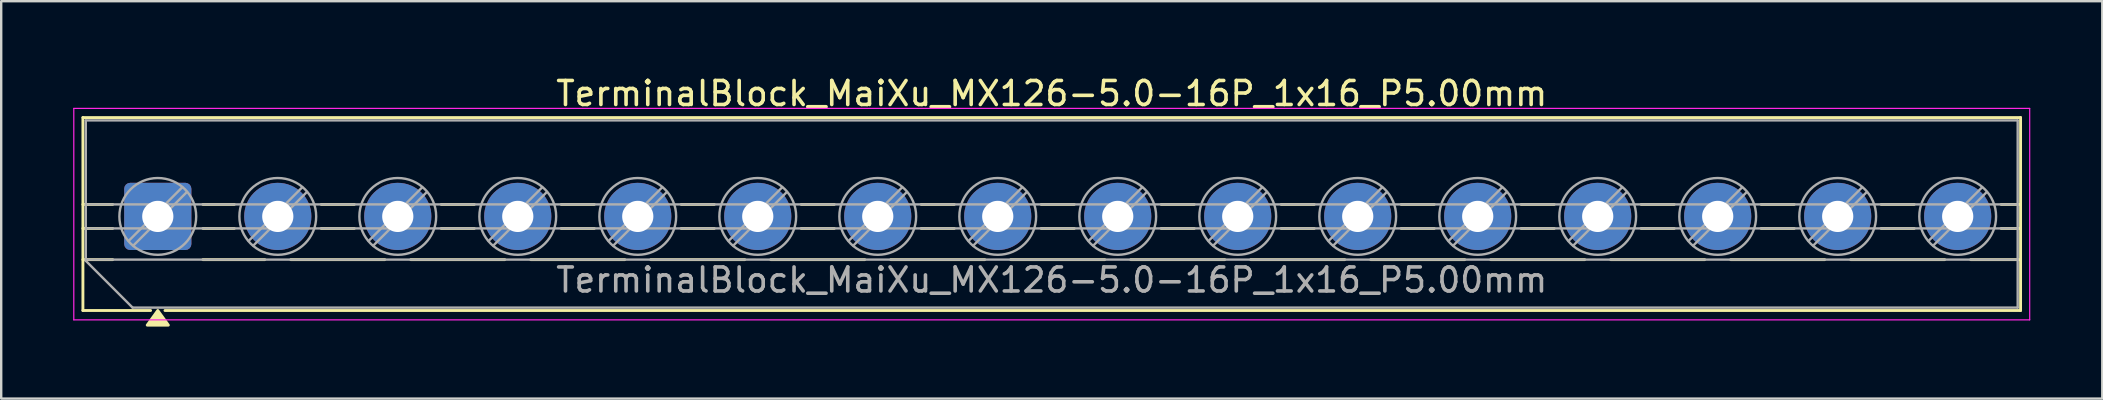
<source format=kicad_pcb>
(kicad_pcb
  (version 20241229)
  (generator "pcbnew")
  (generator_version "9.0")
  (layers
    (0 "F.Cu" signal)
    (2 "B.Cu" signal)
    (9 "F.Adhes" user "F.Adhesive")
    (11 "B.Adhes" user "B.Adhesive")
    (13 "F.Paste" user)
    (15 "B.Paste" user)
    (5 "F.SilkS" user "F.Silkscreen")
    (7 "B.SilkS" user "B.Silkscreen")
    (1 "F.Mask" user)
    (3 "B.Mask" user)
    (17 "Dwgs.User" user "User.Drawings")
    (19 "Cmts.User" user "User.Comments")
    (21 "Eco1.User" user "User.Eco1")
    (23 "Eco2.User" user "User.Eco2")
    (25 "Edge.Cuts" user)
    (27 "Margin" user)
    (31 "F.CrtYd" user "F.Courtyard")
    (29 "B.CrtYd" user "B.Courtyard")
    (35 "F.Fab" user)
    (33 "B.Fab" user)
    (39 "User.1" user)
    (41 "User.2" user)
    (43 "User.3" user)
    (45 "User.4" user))
  (footprint "TerminalBlock_MaiXu_MX126-5.0-16P_1x16_P5.00mm"
    (layer "F.Cu")
    (at 3.525 5.968)
    (property "Reference" "TerminalBlock_MaiXu_MX126-5.0-16P_1x16_P5.00mm" (at 37.25 -5.12 0) (layer "F.SilkS") (effects (font (size 1 1) (thickness 0.15))))
    (attr through_hole)
    (fp_line (start -3.12 -4.12) (end -3.12 3.92) (stroke (width 0.12) (type solid)) (layer "F.SilkS"))
    (fp_line (start -3.12 -4.12) (end 77.62 -4.12) (stroke (width 0.12) (type solid)) (layer "F.SilkS"))
    (fp_line (start -3.12 -0.5) (end -1.88 -0.5) (stroke (width 0.12) (type solid)) (layer "F.SilkS"))
    (fp_line (start -3.12 0.5) (end -1.88 0.5) (stroke (width 0.12) (type solid)) (layer "F.SilkS"))
    (fp_line (start -3.12 1.8) (end -1.88 1.8) (stroke (width 0.12) (type solid)) (layer "F.SilkS"))
    (fp_line (start -3.12 3.92) (end -0.3 3.92) (stroke (width 0.12) (type solid)) (layer "F.SilkS"))
    (fp_line (start 0.3 3.92) (end 77.62 3.92) (stroke (width 0.12) (type solid)) (layer "F.SilkS"))
    (fp_line (start 1.88 -0.5) (end 3.188 -0.5) (stroke (width 0.12) (type solid)) (layer "F.SilkS"))
    (fp_line (start 1.88 0.5) (end 3.188 0.5) (stroke (width 0.12) (type solid)) (layer "F.SilkS"))
    (fp_line (start 1.88 1.8) (end 4.457 1.8) (stroke (width 0.12) (type solid)) (layer "F.SilkS"))
    (fp_line (start 5.543 1.8) (end 9.457 1.8) (stroke (width 0.12) (type solid)) (layer "F.SilkS"))
    (fp_line (start 6.812 -0.5) (end 8.188 -0.5) (stroke (width 0.12) (type solid)) (layer "F.SilkS"))
    (fp_line (start 6.812 0.5) (end 8.188 0.5) (stroke (width 0.12) (type solid)) (layer "F.SilkS"))
    (fp_line (start 10.543 1.8) (end 14.457 1.8) (stroke (width 0.12) (type solid)) (layer "F.SilkS"))
    (fp_line (start 11.812 -0.5) (end 13.188 -0.5) (stroke (width 0.12) (type solid)) (layer "F.SilkS"))
    (fp_line (start 11.812 0.5) (end 13.188 0.5) (stroke (width 0.12) (type solid)) (layer "F.SilkS"))
    (fp_line (start 15.543 1.8) (end 19.457 1.8) (stroke (width 0.12) (type solid)) (layer "F.SilkS"))
    (fp_line (start 16.812 -0.5) (end 18.188 -0.5) (stroke (width 0.12) (type solid)) (layer "F.SilkS"))
    (fp_line (start 16.812 0.5) (end 18.188 0.5) (stroke (width 0.12) (type solid)) (layer "F.SilkS"))
    (fp_line (start 20.543 1.8) (end 24.457 1.8) (stroke (width 0.12) (type solid)) (layer "F.SilkS"))
    (fp_line (start 21.812 -0.5) (end 23.188 -0.5) (stroke (width 0.12) (type solid)) (layer "F.SilkS"))
    (fp_line (start 21.812 0.5) (end 23.188 0.5) (stroke (width 0.12) (type solid)) (layer "F.SilkS"))
    (fp_line (start 25.543 1.8) (end 29.457 1.8) (stroke (width 0.12) (type solid)) (layer "F.SilkS"))
    (fp_line (start 26.812 -0.5) (end 28.188 -0.5) (stroke (width 0.12) (type solid)) (layer "F.SilkS"))
    (fp_line (start 26.812 0.5) (end 28.188 0.5) (stroke (width 0.12) (type solid)) (layer "F.SilkS"))
    (fp_line (start 30.543 1.8) (end 34.457 1.8) (stroke (width 0.12) (type solid)) (layer "F.SilkS"))
    (fp_line (start 31.812 -0.5) (end 33.188 -0.5) (stroke (width 0.12) (type solid)) (layer "F.SilkS"))
    (fp_line (start 31.812 0.5) (end 33.188 0.5) (stroke (width 0.12) (type solid)) (layer "F.SilkS"))
    (fp_line (start 35.543 1.8) (end 39.457 1.8) (stroke (width 0.12) (type solid)) (layer "F.SilkS"))
    (fp_line (start 36.812 -0.5) (end 38.188 -0.5) (stroke (width 0.12) (type solid)) (layer "F.SilkS"))
    (fp_line (start 36.812 0.5) (end 38.188 0.5) (stroke (width 0.12) (type solid)) (layer "F.SilkS"))
    (fp_line (start 40.543 1.8) (end 44.457 1.8) (stroke (width 0.12) (type solid)) (layer "F.SilkS"))
    (fp_line (start 41.812 -0.5) (end 43.188 -0.5) (stroke (width 0.12) (type solid)) (layer "F.SilkS"))
    (fp_line (start 41.812 0.5) (end 43.188 0.5) (stroke (width 0.12) (type solid)) (layer "F.SilkS"))
    (fp_line (start 45.543 1.8) (end 49.457 1.8) (stroke (width 0.12) (type solid)) (layer "F.SilkS"))
    (fp_line (start 46.812 -0.5) (end 48.188 -0.5) (stroke (width 0.12) (type solid)) (layer "F.SilkS"))
    (fp_line (start 46.812 0.5) (end 48.188 0.5) (stroke (width 0.12) (type solid)) (layer "F.SilkS"))
    (fp_line (start 50.543 1.8) (end 54.457 1.8) (stroke (width 0.12) (type solid)) (layer "F.SilkS"))
    (fp_line (start 51.812 -0.5) (end 53.188 -0.5) (stroke (width 0.12) (type solid)) (layer "F.SilkS"))
    (fp_line (start 51.812 0.5) (end 53.188 0.5) (stroke (width 0.12) (type solid)) (layer "F.SilkS"))
    (fp_line (start 55.543 1.8) (end 59.457 1.8) (stroke (width 0.12) (type solid)) (layer "F.SilkS"))
    (fp_line (start 56.812 -0.5) (end 58.188 -0.5) (stroke (width 0.12) (type solid)) (layer "F.SilkS"))
    (fp_line (start 56.812 0.5) (end 58.188 0.5) (stroke (width 0.12) (type solid)) (layer "F.SilkS"))
    (fp_line (start 60.543 1.8) (end 64.457 1.8) (stroke (width 0.12) (type solid)) (layer "F.SilkS"))
    (fp_line (start 61.812 -0.5) (end 63.188 -0.5) (stroke (width 0.12) (type solid)) (layer "F.SilkS"))
    (fp_line (start 61.812 0.5) (end 63.188 0.5) (stroke (width 0.12) (type solid)) (layer "F.SilkS"))
    (fp_line (start 65.543 1.8) (end 69.457 1.8) (stroke (width 0.12) (type solid)) (layer "F.SilkS"))
    (fp_line (start 66.812 -0.5) (end 68.188 -0.5) (stroke (width 0.12) (type solid)) (layer "F.SilkS"))
    (fp_line (start 66.812 0.5) (end 68.188 0.5) (stroke (width 0.12) (type solid)) (layer "F.SilkS"))
    (fp_line (start 70.543 1.8) (end 74.457 1.8) (stroke (width 0.12) (type solid)) (layer "F.SilkS"))
    (fp_line (start 71.812 -0.5) (end 73.188 -0.5) (stroke (width 0.12) (type solid)) (layer "F.SilkS"))
    (fp_line (start 71.812 0.5) (end 73.188 0.5) (stroke (width 0.12) (type solid)) (layer "F.SilkS"))
    (fp_line (start 75.543 1.8) (end 77.62 1.8) (stroke (width 0.12) (type solid)) (layer "F.SilkS"))
    (fp_line (start 76.812 -0.5) (end 77.62 -0.5) (stroke (width 0.12) (type solid)) (layer "F.SilkS"))
    (fp_line (start 76.812 0.5) (end 77.62 0.5) (stroke (width 0.12) (type solid)) (layer "F.SilkS"))
    (fp_line (start 77.62 -4.12) (end 77.62 3.92) (stroke (width 0.12) (type solid)) (layer "F.SilkS"))
    (fp_poly (pts (xy 0 3.92) (xy 0.44 4.53) (xy -0.44 4.53)) (stroke (width 0.12) (type solid)) (fill yes) (layer "F.SilkS"))
    (fp_line (start -3.5 -4.5) (end -3.5 4.31) (stroke (width 0.05) (type solid)) (layer "F.CrtYd"))
    (fp_line (start -3.5 4.31) (end 78 4.31) (stroke (width 0.05) (type solid)) (layer "F.CrtYd"))
    (fp_line (start 78 -4.5) (end -3.5 -4.5) (stroke (width 0.05) (type solid)) (layer "F.CrtYd"))
    (fp_line (start 78 4.31) (end 78 -4.5) (stroke (width 0.05) (type solid)) (layer "F.CrtYd"))
    (fp_line (start -3 -4) (end 77.5 -4) (stroke (width 0.1) (type solid)) (layer "F.Fab"))
    (fp_line (start -3 -0.5) (end 77.5 -0.5) (stroke (width 0.1) (type solid)) (layer "F.Fab"))
    (fp_line (start -3 0.5) (end 77.5 0.5) (stroke (width 0.1) (type solid)) (layer "F.Fab"))
    (fp_line (start -3 1.8) (end 77.5 1.8) (stroke (width 0.1) (type solid)) (layer "F.Fab"))
    (fp_line (start -3 1.85) (end -3 -4) (stroke (width 0.1) (type solid)) (layer "F.Fab"))
    (fp_line (start -1.05 3.8) (end -3 1.85) (stroke (width 0.1) (type solid)) (layer "F.Fab"))
    (fp_line (start 1.018 -1.213) (end -1.213 1.018) (stroke (width 0.1) (type solid)) (layer "F.Fab"))
    (fp_line (start 1.213 -1.018) (end -1.018 1.213) (stroke (width 0.1) (type solid)) (layer "F.Fab"))
    (fp_line (start 6.018 -1.213) (end 3.787 1.018) (stroke (width 0.1) (type solid)) (layer "F.Fab"))
    (fp_line (start 6.213 -1.018) (end 3.982 1.213) (stroke (width 0.1) (type solid)) (layer "F.Fab"))
    (fp_line (start 11.018 -1.213) (end 8.787 1.018) (stroke (width 0.1) (type solid)) (layer "F.Fab"))
    (fp_line (start 11.213 -1.018) (end 8.982 1.213) (stroke (width 0.1) (type solid)) (layer "F.Fab"))
    (fp_line (start 16.018 -1.213) (end 13.787 1.018) (stroke (width 0.1) (type solid)) (layer "F.Fab"))
    (fp_line (start 16.213 -1.018) (end 13.982 1.213) (stroke (width 0.1) (type solid)) (layer "F.Fab"))
    (fp_line (start 21.018 -1.213) (end 18.787 1.018) (stroke (width 0.1) (type solid)) (layer "F.Fab"))
    (fp_line (start 21.213 -1.018) (end 18.982 1.213) (stroke (width 0.1) (type solid)) (layer "F.Fab"))
    (fp_line (start 26.018 -1.213) (end 23.787 1.018) (stroke (width 0.1) (type solid)) (layer "F.Fab"))
    (fp_line (start 26.213 -1.018) (end 23.982 1.213) (stroke (width 0.1) (type solid)) (layer "F.Fab"))
    (fp_line (start 31.018 -1.213) (end 28.787 1.018) (stroke (width 0.1) (type solid)) (layer "F.Fab"))
    (fp_line (start 31.213 -1.018) (end 28.982 1.213) (stroke (width 0.1) (type solid)) (layer "F.Fab"))
    (fp_line (start 36.018 -1.213) (end 33.787 1.018) (stroke (width 0.1) (type solid)) (layer "F.Fab"))
    (fp_line (start 36.213 -1.018) (end 33.982 1.213) (stroke (width 0.1) (type solid)) (layer "F.Fab"))
    (fp_line (start 41.018 -1.213) (end 38.787 1.018) (stroke (width 0.1) (type solid)) (layer "F.Fab"))
    (fp_line (start 41.213 -1.018) (end 38.982 1.213) (stroke (width 0.1) (type solid)) (layer "F.Fab"))
    (fp_line (start 46.018 -1.213) (end 43.787 1.018) (stroke (width 0.1) (type solid)) (layer "F.Fab"))
    (fp_line (start 46.213 -1.018) (end 43.982 1.213) (stroke (width 0.1) (type solid)) (layer "F.Fab"))
    (fp_line (start 51.018 -1.213) (end 48.787 1.018) (stroke (width 0.1) (type solid)) (layer "F.Fab"))
    (fp_line (start 51.213 -1.018) (end 48.982 1.213) (stroke (width 0.1) (type solid)) (layer "F.Fab"))
    (fp_line (start 56.018 -1.213) (end 53.787 1.018) (stroke (width 0.1) (type solid)) (layer "F.Fab"))
    (fp_line (start 56.213 -1.018) (end 53.982 1.213) (stroke (width 0.1) (type solid)) (layer "F.Fab"))
    (fp_line (start 61.018 -1.213) (end 58.787 1.018) (stroke (width 0.1) (type solid)) (layer "F.Fab"))
    (fp_line (start 61.213 -1.018) (end 58.982 1.213) (stroke (width 0.1) (type solid)) (layer "F.Fab"))
    (fp_line (start 66.018 -1.213) (end 63.787 1.018) (stroke (width 0.1) (type solid)) (layer "F.Fab"))
    (fp_line (start 66.213 -1.018) (end 63.982 1.213) (stroke (width 0.1) (type solid)) (layer "F.Fab"))
    (fp_line (start 71.018 -1.213) (end 68.787 1.018) (stroke (width 0.1) (type solid)) (layer "F.Fab"))
    (fp_line (start 71.213 -1.018) (end 68.982 1.213) (stroke (width 0.1) (type solid)) (layer "F.Fab"))
    (fp_line (start 76.018 -1.213) (end 73.787 1.018) (stroke (width 0.1) (type solid)) (layer "F.Fab"))
    (fp_line (start 76.213 -1.018) (end 73.982 1.213) (stroke (width 0.1) (type solid)) (layer "F.Fab"))
    (fp_line (start 77.5 -4) (end 77.5 3.8) (stroke (width 0.1) (type solid)) (layer "F.Fab"))
    (fp_line (start 77.5 3.8) (end -1.05 3.8) (stroke (width 0.1) (type solid)) (layer "F.Fab"))
    (fp_circle (center 0 0) (end 1.6 0) (stroke (width 0.1) (type solid)) (fill no) (layer "F.Fab"))
    (fp_circle (center 5 0) (end 6.6 0) (stroke (width 0.1) (type solid)) (fill no) (layer "F.Fab"))
    (fp_circle (center 10 0) (end 11.6 0) (stroke (width 0.1) (type solid)) (fill no) (layer "F.Fab"))
    (fp_circle (center 15 0) (end 16.6 0) (stroke (width 0.1) (type solid)) (fill no) (layer "F.Fab"))
    (fp_circle (center 20 0) (end 21.6 0) (stroke (width 0.1) (type solid)) (fill no) (layer "F.Fab"))
    (fp_circle (center 25 0) (end 26.6 0) (stroke (width 0.1) (type solid)) (fill no) (layer "F.Fab"))
    (fp_circle (center 30 0) (end 31.6 0) (stroke (width 0.1) (type solid)) (fill no) (layer "F.Fab"))
    (fp_circle (center 35 0) (end 36.6 0) (stroke (width 0.1) (type solid)) (fill no) (layer "F.Fab"))
    (fp_circle (center 40 0) (end 41.6 0) (stroke (width 0.1) (type solid)) (fill no) (layer "F.Fab"))
    (fp_circle (center 45 0) (end 46.6 0) (stroke (width 0.1) (type solid)) (fill no) (layer "F.Fab"))
    (fp_circle (center 50 0) (end 51.6 0) (stroke (width 0.1) (type solid)) (fill no) (layer "F.Fab"))
    (fp_circle (center 55 0) (end 56.6 0) (stroke (width 0.1) (type solid)) (fill no) (layer "F.Fab"))
    (fp_circle (center 60 0) (end 61.6 0) (stroke (width 0.1) (type solid)) (fill no) (layer "F.Fab"))
    (fp_circle (center 65 0) (end 66.6 0) (stroke (width 0.1) (type solid)) (fill no) (layer "F.Fab"))
    (fp_circle (center 70 0) (end 71.6 0) (stroke (width 0.1) (type solid)) (fill no) (layer "F.Fab"))
    (fp_circle (center 75 0) (end 76.6 0) (stroke (width 0.1) (type solid)) (fill no) (layer "F.Fab"))
    (fp_text user "${REFERENCE}" (at 37.25 2.65 0) (layer "F.Fab") (effects (font (size 1 1) (thickness 0.15))))
    (pad "1" thru_hole roundrect (at 0 0) (size 2.8 2.8) (drill 1.3) (layers "*.Cu" "*.Mask") (roundrect_rratio 0.089))
    (pad "2" thru_hole circle (at 5 0) (size 2.8 2.8) (drill 1.3) (layers "*.Cu" "*.Mask"))
    (pad "3" thru_hole circle (at 10 0) (size 2.8 2.8) (drill 1.3) (layers "*.Cu" "*.Mask"))
    (pad "4" thru_hole circle (at 15 0) (size 2.8 2.8) (drill 1.3) (layers "*.Cu" "*.Mask"))
    (pad "5" thru_hole circle (at 20 0) (size 2.8 2.8) (drill 1.3) (layers "*.Cu" "*.Mask"))
    (pad "6" thru_hole circle (at 25 0) (size 2.8 2.8) (drill 1.3) (layers "*.Cu" "*.Mask"))
    (pad "7" thru_hole circle (at 30 0) (size 2.8 2.8) (drill 1.3) (layers "*.Cu" "*.Mask"))
    (pad "8" thru_hole circle (at 35 0) (size 2.8 2.8) (drill 1.3) (layers "*.Cu" "*.Mask"))
    (pad "9" thru_hole circle (at 40 0) (size 2.8 2.8) (drill 1.3) (layers "*.Cu" "*.Mask"))
    (pad "10" thru_hole circle (at 45 0) (size 2.8 2.8) (drill 1.3) (layers "*.Cu" "*.Mask"))
    (pad "11" thru_hole circle (at 50 0) (size 2.8 2.8) (drill 1.3) (layers "*.Cu" "*.Mask"))
    (pad "12" thru_hole circle (at 55 0) (size 2.8 2.8) (drill 1.3) (layers "*.Cu" "*.Mask"))
    (pad "13" thru_hole circle (at 60 0) (size 2.8 2.8) (drill 1.3) (layers "*.Cu" "*.Mask"))
    (pad "14" thru_hole circle (at 65 0) (size 2.8 2.8) (drill 1.3) (layers "*.Cu" "*.Mask"))
    (pad "15" thru_hole circle (at 70 0) (size 2.8 2.8) (drill 1.3) (layers "*.Cu" "*.Mask"))
    (pad "16" thru_hole circle (at 75 0) (size 2.8 2.8) (drill 1.3) (layers "*.Cu" "*.Mask")))
  (gr_rect
    (start -3 -3)
    (end 84.55 13.558)
    (stroke (width 0.1) (type default))
    (fill no)
    (layer "Edge.Cuts")))
</source>
